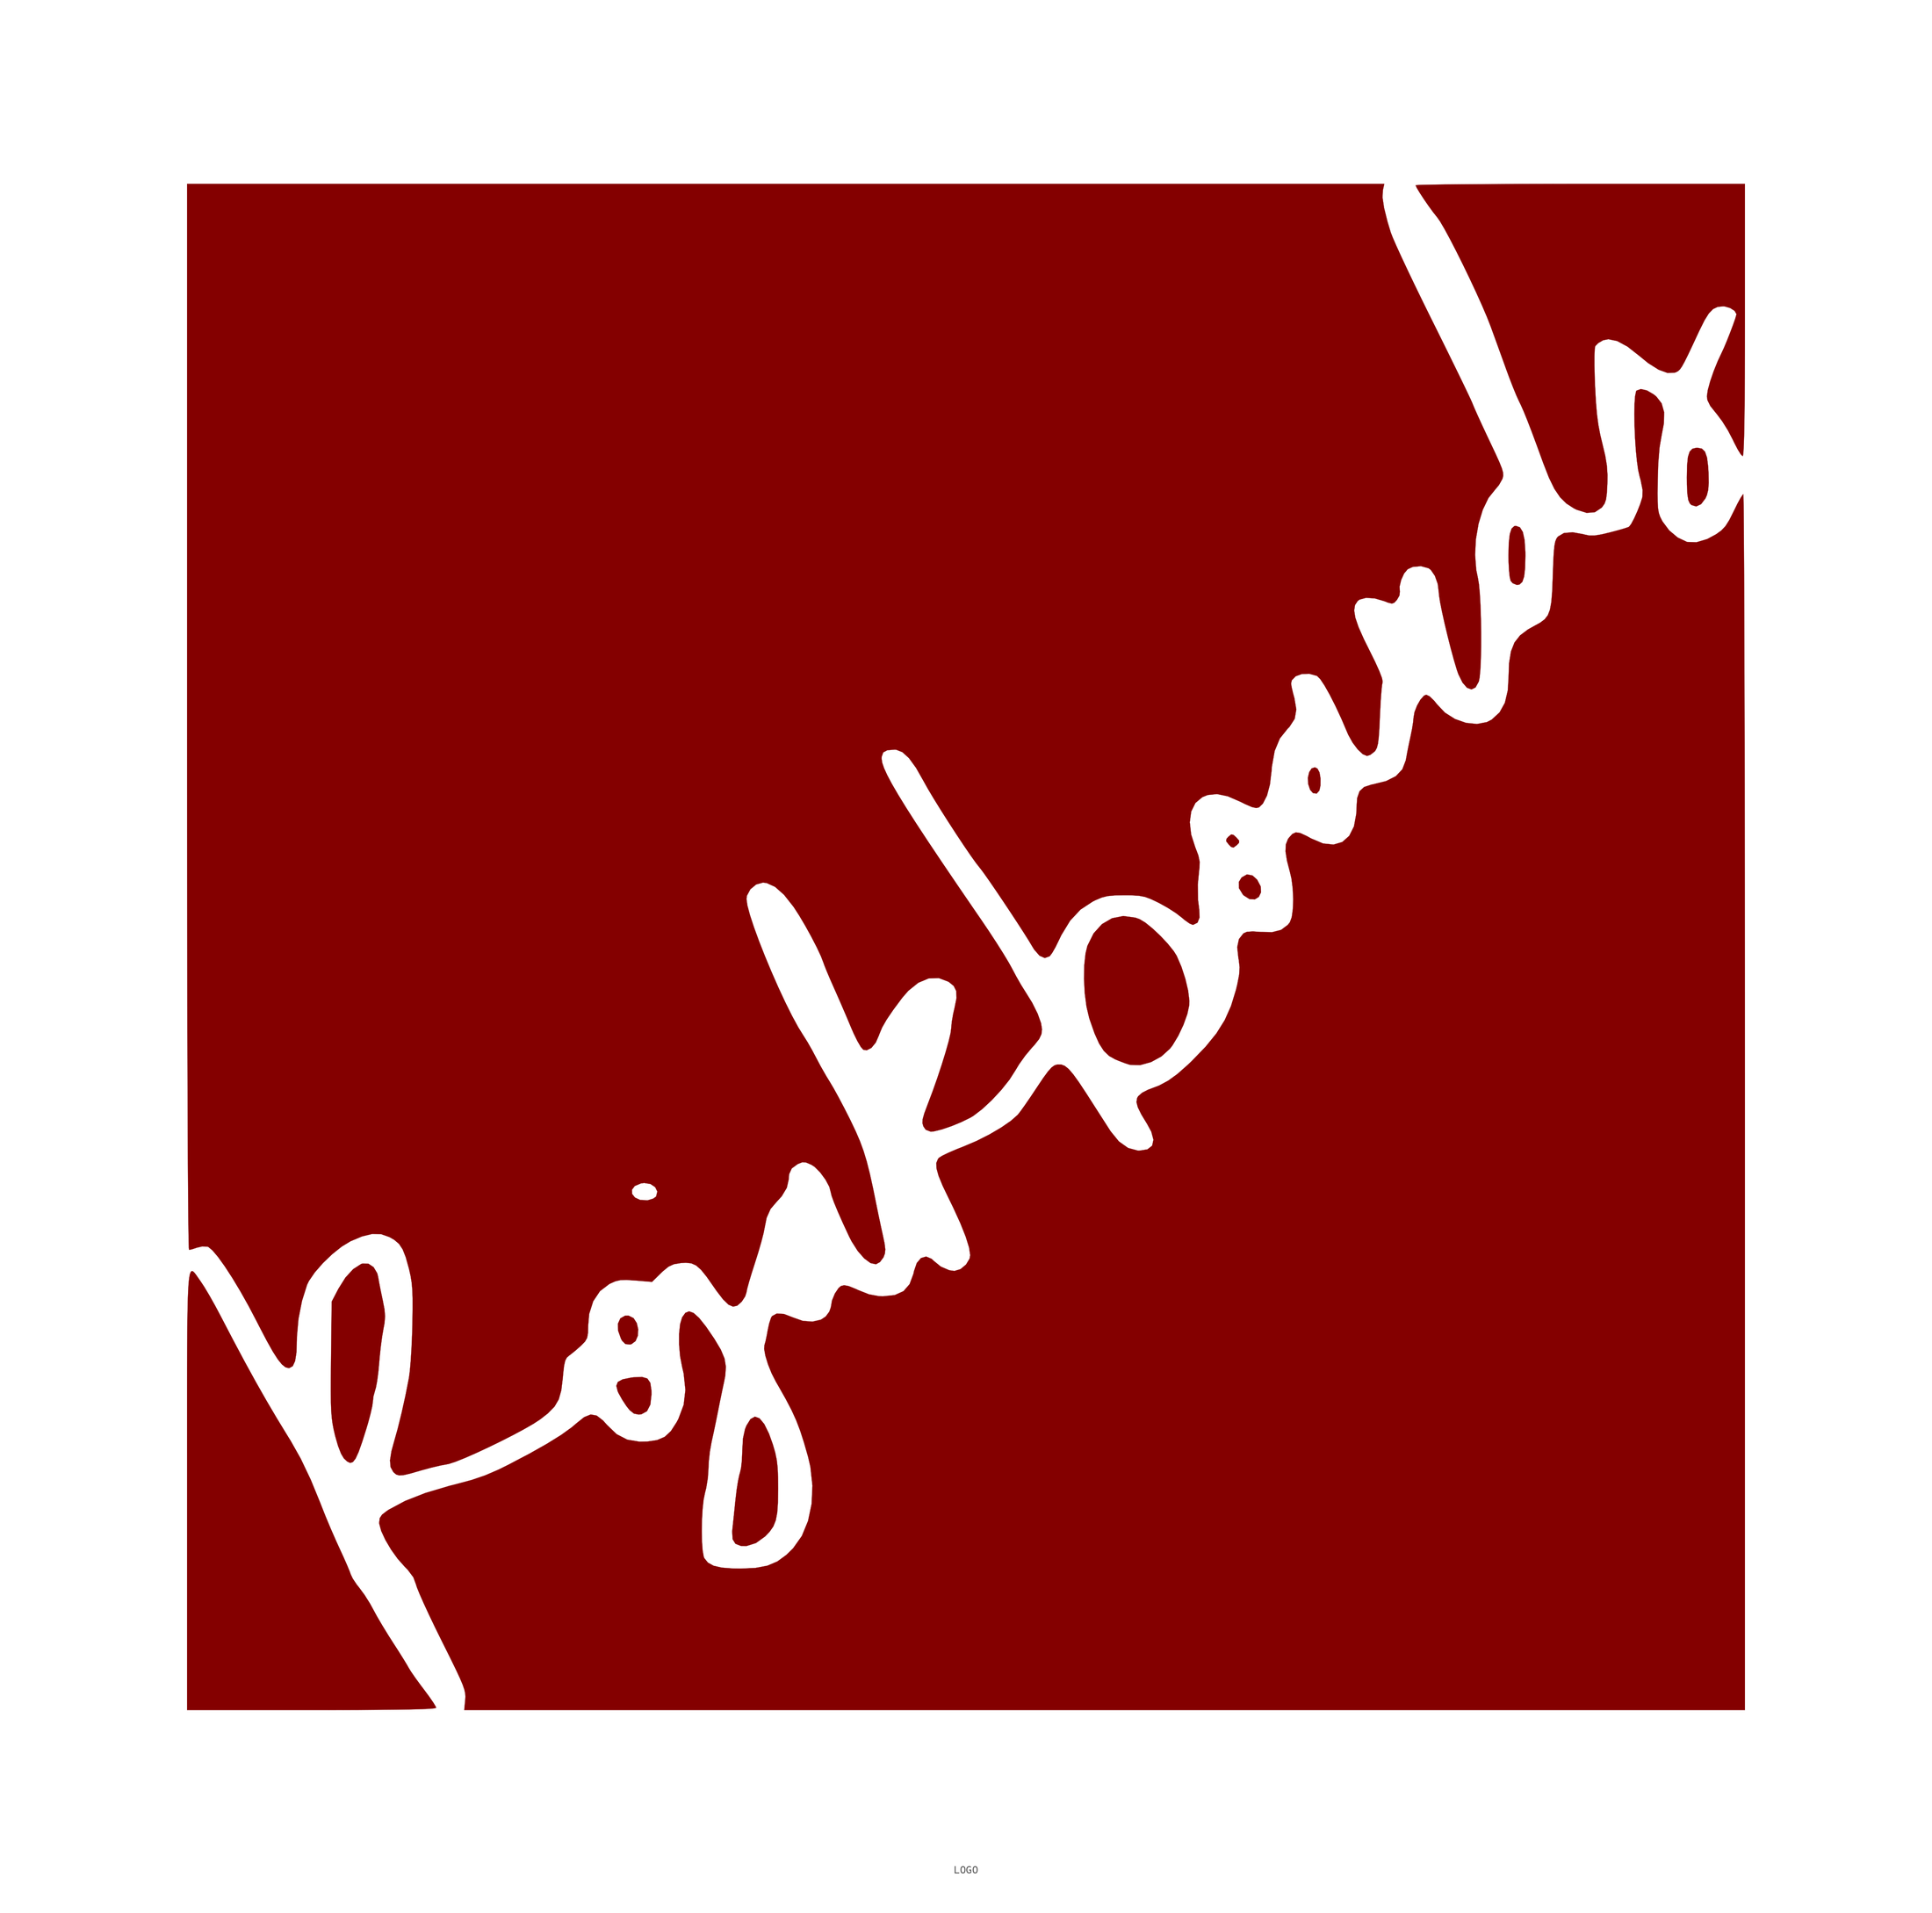
<source format=kicad_sym>
(kicad_symbol_lib
  (version 20220914)
  (generator bitmap2component)
  (symbol "LOGO"
    (pin_names
      (offset 1.016))
    (property "Reference" "#G"
      (at 0 96.912 0)
      (effects (font (size 1.27 1.27)) hide))
    (symbol "LOGO_0_0"
      (polyline (pts (xy -81.698 -97.816) (xy -78.298 -97.808) (xy -75.41 -97.793) (xy -73.016 -97.77) (xy -71.098 -97.739) (xy -69.638 -97.699) (xy -68.618 -97.65) (xy -68.019 -97.592) (xy -67.823 -97.525) (xy -67.877 -97.38) (xy -68.192 -96.857) (xy -68.728 -96.08) (xy -69.411 -95.16) (xy -69.78 -94.673) (xy -70.477 -93.72) (xy -71.029 -92.921) (xy -71.343 -92.413) (xy -71.567 -92.017) (xy -72.043 -91.235) (xy -72.677 -90.226) (xy -73.394 -89.113) (xy -73.941 -88.255) (xy -74.722 -86.982) (xy -75.409 -85.809) (xy -75.898 -84.91) (xy -76.294 -84.187) (xy -76.985 -83.089) (xy -77.647 -82.191) (xy -78.005 -81.735) (xy -78.499 -80.996) (xy -78.76 -80.45) (xy -78.902 -80.056) (xy -79.236 -79.254) (xy -79.702 -78.197) (xy -80.247 -77.011) (xy -80.605 -76.228) (xy -81.309 -74.625) (xy -81.99 -73) (xy -82.542 -71.606) (xy -82.63 -71.373) (xy -83.875 -68.342) (xy -85.162 -65.637) (xy -86.443 -63.365) (xy -86.805 -62.782) (xy -88.209 -60.481) (xy -89.553 -58.2) (xy -90.896 -55.838) (xy -92.294 -53.293) (xy -93.804 -50.462) (xy -95.484 -47.243) (xy -96.141 -46.013) (xy -96.853 -44.746) (xy -97.497 -43.667) (xy -97.987 -42.924) (xy -98.051 -42.834) (xy -98.318 -42.452) (xy -98.554 -42.112) (xy -98.762 -41.842) (xy -98.944 -41.669) (xy -99.101 -41.621) (xy -99.235 -41.726) (xy -99.348 -42.011) (xy -99.442 -42.504) (xy -99.518 -43.234) (xy -99.578 -44.226) (xy -99.625 -45.51) (xy -99.659 -47.113) (xy -99.683 -49.063) (xy -99.698 -51.386) (xy -99.707 -54.112) (xy -99.71 -57.267) (xy -99.71 -60.88) (xy -99.709 -64.978) (xy -99.709 -69.588) (xy -99.709 -97.817) (xy -83.766 -97.817) (xy -81.698 -97.816)) (stroke (width 0.01) (type default)) (fill (type outline)))
      (polyline (pts (xy 99.709 -19.996) (xy 99.708 -15.352) (xy 99.706 -9.003) (xy 99.704 -2.811) (xy 99.699 3.204) (xy 99.694 9.019) (xy 99.687 14.613) (xy 99.68 19.965) (xy 99.671 25.054) (xy 99.661 29.858) (xy 99.65 34.357) (xy 99.639 38.528) (xy 99.627 42.351) (xy 99.614 45.803) (xy 99.6 48.865) (xy 99.585 51.514) (xy 99.571 53.729) (xy 99.555 55.489) (xy 99.539 56.773) (xy 99.523 57.558) (xy 99.506 57.825) (xy 99.441 57.776) (xy 99.164 57.363) (xy 98.756 56.617) (xy 98.281 55.651) (xy 97.715 54.52) (xy 97.218 53.737) (xy 96.684 53.173) (xy 96.004 52.683) (xy 94.876 52.079) (xy 93.51 51.672) (xy 92.331 51.708) (xy 92.261 51.727) (xy 91.11 52.273) (xy 90.02 53.187) (xy 89.17 54.323) (xy 89.086 54.475) (xy 88.847 54.953) (xy 88.686 55.433) (xy 88.588 56.021) (xy 88.54 56.827) (xy 88.53 57.957) (xy 88.546 59.519) (xy 88.613 61.742) (xy 88.784 63.823) (xy 89.054 65.394) (xy 89.337 66.893) (xy 89.364 68.331) (xy 89.047 69.452) (xy 88.378 70.317) (xy 88.048 70.589) (xy 87.168 71.105) (xy 86.391 71.283) (xy 85.84 71.087) (xy 85.779 70.984) (xy 85.653 70.383) (xy 85.58 69.387) (xy 85.557 68.099) (xy 85.579 66.622) (xy 85.644 65.061) (xy 85.746 63.518) (xy 85.883 62.097) (xy 86.05 60.901) (xy 86.245 60.035) (xy 86.362 59.63) (xy 86.607 58.398) (xy 86.592 57.506) (xy 86.556 57.356) (xy 86.297 56.543) (xy 85.927 55.608) (xy 85.519 54.708) (xy 85.143 54.003) (xy 84.869 53.651) (xy 84.798 53.617) (xy 84.281 53.443) (xy 83.428 53.197) (xy 82.38 52.921) (xy 81.365 52.68) (xy 80.467 52.532) (xy 79.788 52.53) (xy 79.166 52.661) (xy 79.059 52.693) (xy 77.653 52.95) (xy 76.536 52.848) (xy 75.769 52.394) (xy 75.584 52.139) (xy 75.433 51.76) (xy 75.323 51.189) (xy 75.242 50.338) (xy 75.178 49.12) (xy 75.119 47.449) (xy 75.108 47.085) (xy 75.035 45.324) (xy 74.927 44.001) (xy 74.751 43.032) (xy 74.478 42.329) (xy 74.073 41.808) (xy 73.508 41.382) (xy 72.75 40.965) (xy 71.948 40.519) (xy 70.925 39.749) (xy 70.213 38.84) (xy 69.761 37.694) (xy 69.524 36.216) (xy 69.451 34.307) (xy 69.359 32.725) (xy 68.985 31.126) (xy 68.301 29.89) (xy 67.283 28.959) (xy 66.682 28.65) (xy 65.407 28.407) (xy 64.007 28.549) (xy 62.605 29.042) (xy 61.323 29.852) (xy 60.284 30.942) (xy 59.927 31.392) (xy 59.353 31.944) (xy 58.914 32.155) (xy 58.626 32.032) (xy 58.172 31.522) (xy 57.738 30.766) (xy 57.413 29.926) (xy 57.286 29.165) (xy 57.24 28.656) (xy 57.098 27.766) (xy 56.892 26.751) (xy 56.702 25.874) (xy 56.486 24.8) (xy 56.34 23.989) (xy 56.299 23.761) (xy 55.855 22.609) (xy 55.031 21.734) (xy 53.783 21.102) (xy 52.068 20.679) (xy 51.886 20.646) (xy 50.96 20.34) (xy 50.377 19.798) (xy 50.075 18.927) (xy 49.989 17.631) (xy 49.965 16.932) (xy 49.667 15.306) (xy 49.058 14.089) (xy 48.172 13.302) (xy 47.042 12.969) (xy 45.702 13.112) (xy 44.186 13.754) (xy 43.626 14.063) (xy 42.8 14.445) (xy 42.23 14.534) (xy 41.787 14.335) (xy 41.341 13.853) (xy 41.206 13.661) (xy 40.944 12.989) (xy 40.902 12.107) (xy 41.085 10.922) (xy 41.496 9.341) (xy 41.673 8.561) (xy 41.828 7.303) (xy 41.884 5.969) (xy 41.841 4.711) (xy 41.7 3.681) (xy 41.461 3.031) (xy 41.194 2.694) (xy 40.338 2.053) (xy 39.202 1.76) (xy 37.698 1.786) (xy 36.723 1.855) (xy 35.963 1.804) (xy 35.509 1.602) (xy 34.939 0.869) (xy 34.72 -0.162) (xy 34.868 -1.536) (xy 34.921 -1.807) (xy 35.026 -2.738) (xy 34.968 -3.681) (xy 34.736 -4.883) (xy 34.553 -5.645) (xy 33.925 -7.691) (xy 33.117 -9.501) (xy 32.054 -11.2) (xy 30.665 -12.91) (xy 28.874 -14.757) (xy 28.373 -15.236) (xy 27.057 -16.398) (xy 25.886 -17.247) (xy 24.725 -17.871) (xy 23.442 -18.358) (xy 23.306 -18.406) (xy 22.551 -18.794) (xy 22.037 -19.247) (xy 21.905 -19.482) (xy 21.825 -19.992) (xy 21.995 -20.659) (xy 22.443 -21.571) (xy 23.199 -22.818) (xy 23.722 -23.784) (xy 23.998 -24.814) (xy 23.829 -25.576) (xy 23.22 -26.048) (xy 22.178 -26.211) (xy 22.001 -26.205) (xy 20.752 -25.868) (xy 19.571 -25.029) (xy 18.509 -23.723) (xy 18.477 -23.672) (xy 17.995 -22.923) (xy 17.316 -21.865) (xy 16.525 -20.632) (xy 15.708 -19.356) (xy 15.37 -18.83) (xy 14.443 -17.429) (xy 13.716 -16.422) (xy 13.134 -15.749) (xy 12.643 -15.356) (xy 12.188 -15.185) (xy 11.715 -15.179) (xy 11.711 -15.179) (xy 11.339 -15.285) (xy 10.953 -15.561) (xy 10.487 -16.081) (xy 9.875 -16.918) (xy 9.052 -18.145) (xy 9.019 -18.195) (xy 8.252 -19.344) (xy 7.546 -20.369) (xy 6.98 -21.16) (xy 6.63 -21.608) (xy 5.756 -22.384) (xy 4.496 -23.254) (xy 2.979 -24.143) (xy 1.334 -24.974) (xy -0.311 -25.673) (xy -1.192 -26.02) (xy -2.246 -26.472) (xy -3.043 -26.858) (xy -3.457 -27.12) (xy -3.583 -27.265) (xy -3.794 -27.772) (xy -3.777 -28.469) (xy -3.515 -29.422) (xy -2.993 -30.698) (xy -2.194 -32.361) (xy -1.669 -33.431) (xy -0.727 -35.491) (xy -0.034 -37.234) (xy 0.394 -38.615) (xy 0.54 -39.59) (xy 0.459 -40.034) (xy 0.000400 -40.793) (xy -0.708 -41.378) (xy -1.487 -41.613) (xy -2.139 -41.521) (xy -3.224 -41.053) (xy -4.163 -40.289) (xy -4.416 -40.051) (xy -5.108 -39.765) (xy -5.763 -39.96) (xy -6.303 -40.595) (xy -6.656 -41.63) (xy -6.728 -41.972) (xy -7.219 -43.298) (xy -7.999 -44.192) (xy -9.12 -44.697) (xy -10.636 -44.855) (xy -11.146 -44.837) (xy -12.407 -44.606) (xy -13.798 -44.057) (xy -14.122 -43.907) (xy -15.006 -43.55) (xy -15.592 -43.437) (xy -16.007 -43.539) (xy -16.311 -43.793) (xy -16.785 -44.499) (xy -17.149 -45.38) (xy -17.294 -46.21) (xy -17.295 -46.24) (xy -17.5 -46.822) (xy -17.957 -47.435) (xy -18.569 -47.846) (xy -19.651 -48.098) (xy -20.896 -48.003) (xy -22.157 -47.557) (xy -22.165 -47.553) (xy -23.309 -47.115) (xy -24.223 -47.061) (xy -24.836 -47.394) (xy -24.968 -47.636) (xy -25.197 -48.331) (xy -25.388 -49.218) (xy -25.487 -49.776) (xy -25.659 -50.597) (xy -25.801 -51.106) (xy -25.839 -51.579) (xy -25.683 -52.46) (xy -25.35 -53.553) (xy -24.884 -54.713) (xy -24.33 -55.799) (xy -24.046 -56.288) (xy -23.084 -57.989) (xy -22.335 -59.42) (xy -21.738 -60.729) (xy -21.228 -62.062) (xy -20.743 -63.567) (xy -20.219 -65.391) (xy -19.92 -66.682) (xy -19.657 -69.088) (xy -19.763 -71.429) (xy -20.22 -73.608) (xy -21.015 -75.532) (xy -22.13 -77.105) (xy -22.986 -77.948) (xy -24.149 -78.796) (xy -25.426 -79.337) (xy -26.95 -79.625) (xy -28.859 -79.71) (xy -29.784 -79.698) (xy -31.257 -79.588) (xy -32.316 -79.346) (xy -33.037 -78.948) (xy -33.5 -78.373) (xy -33.575 -78.182) (xy -33.715 -77.393) (xy -33.798 -76.254) (xy -33.826 -74.901) (xy -33.799 -73.466) (xy -33.72 -72.082) (xy -33.59 -70.883) (xy -33.41 -70.004) (xy -33.257 -69.395) (xy -33.049 -68.113) (xy -32.968 -66.896) (xy -32.936 -66.098) (xy -32.791 -64.749) (xy -32.57 -63.5) (xy -32.57 -63.499) (xy -32.31 -62.318) (xy -32.015 -60.911) (xy -31.748 -59.582) (xy -31.744 -59.563) (xy -31.482 -58.248) (xy -31.199 -56.876) (xy -30.956 -55.741) (xy -30.823 -55.048) (xy -30.737 -53.882) (xy -30.912 -52.814) (xy -31.386 -51.683) (xy -32.196 -50.325) (xy -32.235 -50.264) (xy -33.295 -48.712) (xy -34.162 -47.627) (xy -34.867 -46.99) (xy -35.444 -46.778) (xy -35.923 -46.97) (xy -36.337 -47.544) (xy -36.34 -47.551) (xy -36.596 -48.413) (xy -36.725 -49.637) (xy -36.726 -51.061) (xy -36.599 -52.524) (xy -36.344 -53.864) (xy -36.143 -54.735) (xy -35.919 -56.84) (xy -36.142 -58.747) (xy -36.816 -60.541) (xy -37.039 -60.962) (xy -37.778 -62.108) (xy -38.569 -62.843) (xy -39.537 -63.259) (xy -40.808 -63.448) (xy -41.785 -63.469) (xy -43.37 -63.203) (xy -44.723 -62.502) (xy -45.952 -61.319) (xy -46.468 -60.747) (xy -47.274 -60.125) (xy -48.041 -59.983) (xy -48.876 -60.318) (xy -49.882 -61.122) (xy -50.461 -61.616) (xy -51.822 -62.596) (xy -53.625 -63.718) (xy -55.892 -64.997) (xy -58.645 -66.444) (xy -59.854 -67.041) (xy -61.548 -67.772) (xy -63.263 -68.358) (xy -65.258 -68.894) (xy -66.121 -69.112) (xy -69.216 -70.032) (xy -71.793 -71.043) (xy -73.865 -72.15) (xy -74.114 -72.311) (xy -74.75 -72.798) (xy -75.046 -73.245) (xy -75.119 -73.804) (xy -75.107 -73.986) (xy -74.852 -74.907) (xy -74.322 -76.05) (xy -73.596 -77.279) (xy -72.751 -78.458) (xy -71.867 -79.452) (xy -71.464 -79.865) (xy -70.748 -80.816) (xy -70.411 -81.725) (xy -70.29 -82.111) (xy -69.945 -82.965) (xy -69.418 -84.159) (xy -68.744 -85.615) (xy -67.959 -87.254) (xy -67.099 -88.999) (xy -66.889 -89.418) (xy -65.981 -91.241) (xy -65.288 -92.662) (xy -64.78 -93.75) (xy -64.432 -94.57) (xy -64.218 -95.191) (xy -64.11 -95.678) (xy -64.082 -96.099) (xy -64.107 -96.522) (xy -64.231 -97.817) (xy 17.739 -97.817) (xy 99.709 -97.817) (xy 99.709 -19.996)) (stroke (width 0.01) (type default)) (fill (type outline)))
      (polyline (pts (xy -26.89 -76.437) (xy -25.723 -75.597) (xy -25.136 -74.986) (xy -24.666 -74.312) (xy -24.352 -73.531) (xy -24.164 -72.535) (xy -24.073 -71.217) (xy -24.049 -69.467) (xy -24.061 -68.017) (xy -24.116 -66.778) (xy -24.232 -65.772) (xy -24.428 -64.84) (xy -24.725 -63.82) (xy -25.219 -62.436) (xy -25.828 -61.202) (xy -26.433 -60.474) (xy -27.022 -60.26) (xy -27.585 -60.568) (xy -28.109 -61.406) (xy -28.287 -61.856) (xy -28.551 -63.061) (xy -28.637 -64.631) (xy -28.637 -64.729) (xy -28.685 -65.845) (xy -28.794 -66.825) (xy -28.941 -67.468) (xy -29.012 -67.693) (xy -29.181 -68.49) (xy -29.353 -69.581) (xy -29.499 -70.796) (xy -29.549 -71.286) (xy -29.684 -72.598) (xy -29.809 -73.79) (xy -29.903 -74.654) (xy -29.931 -74.969) (xy -29.875 -75.942) (xy -29.518 -76.529) (xy -28.826 -76.802) (xy -28.1 -76.817) (xy -26.89 -76.437)) (stroke (width 0.01) (type default)) (fill (type outline)))
      (polyline (pts (xy -71.981 -67.738) (xy -71.124 -67.538) (xy -69.864 -67.175) (xy -69.692 -67.124) (xy -68.468 -66.792) (xy -67.291 -66.514) (xy -66.395 -66.346) (xy -66.198 -66.306) (xy -65.358 -66.035) (xy -64.177 -65.563) (xy -62.753 -64.939) (xy -61.181 -64.209) (xy -59.559 -63.42) (xy -57.983 -62.618) (xy -56.552 -61.85) (xy -55.361 -61.164) (xy -54.507 -60.606) (xy -53.531 -59.843) (xy -52.676 -58.973) (xy -52.13 -58.039) (xy -51.807 -56.882) (xy -51.621 -55.345) (xy -51.567 -54.736) (xy -51.45 -53.732) (xy -51.306 -53.094) (xy -51.1 -52.701) (xy -50.799 -52.434) (xy -50.638 -52.319) (xy -49.981 -51.791) (xy -49.276 -51.165) (xy -49.268 -51.158) (xy -48.773 -50.649) (xy -48.503 -50.178) (xy -48.391 -49.552) (xy -48.368 -48.579) (xy -48.236 -47.101) (xy -47.722 -45.486) (xy -46.854 -44.189) (xy -45.666 -43.283) (xy -45.556 -43.227) (xy -44.886 -42.931) (xy -44.25 -42.784) (xy -43.458 -42.759) (xy -42.321 -42.832) (xy -40.191 -43.007) (xy -39.029 -41.867) (xy -38.786 -41.632) (xy -38.067 -41.047) (xy -37.382 -40.739) (xy -36.502 -40.595) (xy -35.863 -40.557) (xy -35.16 -40.63) (xy -34.545 -40.907) (xy -33.927 -41.451) (xy -33.216 -42.329) (xy -32.321 -43.606) (xy -31.954 -44.136) (xy -31.099 -45.252) (xy -30.404 -45.922) (xy -29.814 -46.176) (xy -29.275 -46.045) (xy -28.731 -45.557) (xy -28.68 -45.495) (xy -28.27 -44.868) (xy -28.102 -44.351) (xy -28.101 -44.329) (xy -28.003 -43.855) (xy -27.768 -42.996) (xy -27.428 -41.867) (xy -27.016 -40.581) (xy -26.584 -39.21) (xy -26.201 -37.883) (xy -25.913 -36.764) (xy -25.762 -36.004) (xy -25.523 -34.805) (xy -25.015 -33.667) (xy -24.184 -32.696) (xy -23.598 -32.061) (xy -22.937 -30.959) (xy -22.698 -29.894) (xy -22.644 -29.224) (xy -22.306 -28.484) (xy -21.569 -27.942) (xy -21.499 -27.906) (xy -20.953 -27.691) (xy -20.467 -27.724) (xy -19.778 -28.02) (xy -19.366 -28.293) (xy -18.655 -29.011) (xy -17.991 -29.916) (xy -17.498 -30.832) (xy -17.3 -31.581) (xy -17.207 -31.983) (xy -16.898 -32.834) (xy -16.401 -34.034) (xy -15.747 -35.512) (xy -14.965 -37.195) (xy -14.646 -37.82) (xy -13.858 -39.056) (xy -13.027 -40.006) (xy -12.226 -40.596) (xy -11.527 -40.75) (xy -11.012 -40.466) (xy -10.568 -39.87) (xy -10.556 -39.844) (xy -10.379 -39.366) (xy -10.332 -38.844) (xy -10.419 -38.119) (xy -10.645 -37.033) (xy -10.903 -35.86) (xy -11.214 -34.39) (xy -11.477 -33.101) (xy -11.886 -31.079) (xy -12.303 -29.183) (xy -12.7 -27.612) (xy -13.112 -26.255) (xy -13.572 -24.999) (xy -14.116 -23.735) (xy -14.776 -22.35) (xy -14.886 -22.127) (xy -15.6 -20.722) (xy -16.311 -19.374) (xy -16.944 -18.226) (xy -17.421 -17.423) (xy -17.895 -16.649) (xy -18.599 -15.417) (xy -19.215 -14.258) (xy -19.679 -13.378) (xy -20.286 -12.315) (xy -20.808 -11.484) (xy -21.48 -10.401) (xy -22.276 -8.937) (xy -23.133 -7.215) (xy -24.018 -5.316) (xy -24.896 -3.323) (xy -25.733 -1.318) (xy -26.495 0.617) (xy -27.146 2.399) (xy -27.655 3.947) (xy -27.985 5.179) (xy -28.102 6.012) (xy -28.044 6.431) (xy -27.602 7.253) (xy -26.863 7.866) (xy -25.993 8.106) (xy -25.522 8.053) (xy -24.438 7.558) (xy -23.289 6.539) (xy -22.067 4.99) (xy -22.06 4.979) (xy -21.348 3.88) (xy -20.571 2.566) (xy -19.801 1.171) (xy -19.109 -0.171) (xy -18.567 -1.327) (xy -18.246 -2.162) (xy -18.143 -2.455) (xy -17.835 -3.225) (xy -17.398 -4.255) (xy -16.89 -5.404) (xy -16.696 -5.838) (xy -16.012 -7.395) (xy -15.301 -9.046) (xy -14.691 -10.497) (xy -14.384 -11.202) (xy -13.894 -12.199) (xy -13.46 -12.936) (xy -13.148 -13.29) (xy -12.718 -13.361) (xy -12.113 -13.055) (xy -11.552 -12.375) (xy -11.128 -11.407) (xy -11.085 -11.273) (xy -10.733 -10.435) (xy -10.162 -9.438) (xy -9.323 -8.202) (xy -8.167 -6.648) (xy -7.384 -5.743) (xy -6.099 -4.709) (xy -4.784 -4.161) (xy -3.482 -4.115) (xy -2.236 -4.586) (xy -1.573 -5.122) (xy -1.242 -5.787) (xy -1.217 -6.695) (xy -1.473 -7.964) (xy -1.64 -8.687) (xy -1.821 -9.735) (xy -1.891 -10.544) (xy -1.979 -11.185) (xy -2.231 -12.249) (xy -2.62 -13.627) (xy -3.114 -15.222) (xy -3.683 -16.936) (xy -4.298 -18.674) (xy -4.929 -20.34) (xy -5.338 -21.434) (xy -5.545 -22.173) (xy -5.574 -22.687) (xy -5.451 -23.109) (xy -5.154 -23.533) (xy -4.507 -23.779) (xy -4.077 -23.733) (xy -3.084 -23.486) (xy -1.872 -23.075) (xy -0.602 -22.555) (xy 0.565 -21.983) (xy 0.946 -21.753) (xy 2.082 -20.883) (xy 3.316 -19.732) (xy 4.519 -18.435) (xy 5.565 -17.125) (xy 6.324 -15.937) (xy 6.799 -15.149) (xy 7.593 -14.038) (xy 8.418 -13.054) (xy 8.79 -12.646) (xy 9.367 -11.911) (xy 9.651 -11.306) (xy 9.728 -10.681) (xy 9.606 -9.89) (xy 9.172 -8.675) (xy 8.474 -7.275) (xy 7.565 -5.809) (xy 7.554 -5.793) (xy 7.051 -4.988) (xy 6.445 -3.928) (xy 5.864 -2.837) (xy 5.461 -2.11) (xy 4.775 -0.972) (xy 3.909 0.397) (xy 2.937 1.884) (xy 1.927 3.378) (xy 1.27 4.333) (xy -1.081 7.77) (xy -3.135 10.8) (xy -4.908 13.45) (xy -6.414 15.744) (xy -7.669 17.707) (xy -8.688 19.365) (xy -9.489 20.742) (xy -10.084 21.865) (xy -10.492 22.757) (xy -10.726 23.445) (xy -10.802 23.953) (xy -10.792 24.219) (xy -10.597 24.772) (xy -10.075 25.052) (xy -9.13 25.13) (xy -8.936 25.117) (xy -8.137 24.801) (xy -7.3 24.038) (xy -6.401 22.801) (xy -5.414 21.064) (xy -5.393 21.023) (xy -4.864 20.079) (xy -4.127 18.844) (xy -3.242 17.414) (xy -2.269 15.883) (xy -1.271 14.345) (xy -0.308 12.893) (xy 0.559 11.622) (xy 1.27 10.625) (xy 1.762 9.998) (xy 1.864 9.874) (xy 2.321 9.258) (xy 2.989 8.309) (xy 3.806 7.118) (xy 4.712 5.775) (xy 5.646 4.372) (xy 6.55 2.997) (xy 7.362 1.742) (xy 8.022 0.696) (xy 8.47 -0.05) (xy 8.717 -0.453) (xy 9.411 -1.252) (xy 10.083 -1.548) (xy 10.706 -1.324) (xy 10.709 -1.322) (xy 11.025 -0.907) (xy 11.457 -0.157) (xy 11.911 0.768) (xy 12.205 1.383) (xy 13.336 3.238) (xy 14.658 4.65) (xy 16.23 5.684) (xy 16.601 5.866) (xy 17.377 6.194) (xy 18.123 6.381) (xy 19.027 6.465) (xy 20.28 6.485) (xy 21.16 6.479) (xy 22.138 6.423) (xy 22.914 6.274) (xy 23.691 5.987) (xy 24.671 5.517) (xy 24.726 5.489) (xy 25.822 4.879) (xy 26.86 4.212) (xy 27.622 3.625) (xy 27.998 3.307) (xy 28.613 2.872) (xy 29.015 2.702) (xy 29.083 2.704) (xy 29.635 2.974) (xy 29.901 3.648) (xy 29.853 4.664) (xy 29.699 5.914) (xy 29.669 7.846) (xy 29.851 9.736) (xy 29.89 10.001) (xy 29.912 10.78) (xy 29.744 11.583) (xy 29.346 12.633) (xy 28.822 14.261) (xy 28.643 15.834) (xy 28.829 17.205) (xy 29.37 18.301) (xy 30.255 19.046) (xy 30.939 19.319) (xy 32.134 19.442) (xy 33.501 19.158) (xy 35.121 18.457) (xy 35.725 18.155) (xy 36.589 17.781) (xy 37.151 17.652) (xy 37.514 17.738) (xy 38.002 18.212) (xy 38.529 19.242) (xy 38.908 20.672) (xy 39.116 22.428) (xy 39.157 22.964) (xy 39.514 24.961) (xy 40.179 26.559) (xy 41.173 27.804) (xy 41.404 28.035) (xy 42.077 29.071) (xy 42.283 30.273) (xy 42.038 31.721) (xy 41.871 32.33) (xy 41.685 33.118) (xy 41.613 33.596) (xy 41.71 34.012) (xy 42.203 34.52) (xy 42.995 34.808) (xy 43.949 34.836) (xy 44.931 34.565) (xy 44.945 34.558) (xy 45.342 34.161) (xy 45.892 33.338) (xy 46.555 32.165) (xy 47.29 30.717) (xy 48.057 29.068) (xy 48.817 27.294) (xy 48.928 27.037) (xy 49.487 26.027) (xy 50.14 25.158) (xy 50.787 24.549) (xy 51.327 24.319) (xy 51.773 24.465) (xy 52.312 24.888) (xy 52.419 25.02) (xy 52.6 25.369) (xy 52.734 25.891) (xy 52.834 26.678) (xy 52.914 27.822) (xy 52.987 29.414) (xy 53.013 29.996) (xy 53.087 31.375) (xy 53.171 32.537) (xy 53.255 33.376) (xy 53.33 33.782) (xy 53.339 33.817) (xy 53.248 34.291) (xy 52.915 35.168) (xy 52.362 36.389) (xy 51.616 37.898) (xy 50.937 39.264) (xy 50.247 40.816) (xy 49.836 42.023) (xy 49.691 42.943) (xy 49.798 43.636) (xy 50.144 44.16) (xy 50.371 44.331) (xy 51.206 44.556) (xy 52.307 44.49) (xy 53.538 44.134) (xy 54.018 43.947) (xy 54.516 43.821) (xy 54.836 43.936) (xy 55.177 44.314) (xy 55.489 44.862) (xy 55.538 45.334) (xy 55.501 45.998) (xy 55.71 46.857) (xy 56.084 47.677) (xy 56.542 48.223) (xy 57.187 48.518) (xy 58.235 48.616) (xy 59.217 48.346) (xy 59.501 48.132) (xy 60.022 47.373) (xy 60.389 46.337) (xy 60.529 45.202) (xy 60.55 44.905) (xy 60.688 44.017) (xy 60.933 42.783) (xy 61.258 41.314) (xy 61.637 39.723) (xy 62.044 38.12) (xy 62.452 36.619) (xy 62.836 35.331) (xy 63.03 34.776) (xy 63.563 33.701) (xy 64.138 33.044) (xy 64.709 32.832) (xy 65.226 33.088) (xy 65.643 33.839) (xy 65.751 34.374) (xy 65.846 35.408) (xy 65.909 36.785) (xy 65.941 38.398) (xy 65.942 40.142) (xy 65.914 41.91) (xy 65.858 43.596) (xy 65.774 45.096) (xy 65.663 46.302) (xy 65.527 47.109) (xy 65.316 48.139) (xy 65.168 50.069) (xy 65.273 52.074) (xy 65.61 54.034) (xy 66.154 55.831) (xy 66.882 57.344) (xy 67.77 58.453) (xy 68.224 58.995) (xy 68.644 59.741) (xy 68.7 59.887) (xy 68.772 60.218) (xy 68.744 60.613) (xy 68.588 61.156) (xy 68.277 61.932) (xy 67.782 63.024) (xy 67.077 64.517) (xy 66.687 65.34) (xy 66.044 66.718) (xy 65.487 67.933) (xy 65.067 68.878) (xy 64.833 69.445) (xy 64.807 69.51) (xy 64.558 70.066) (xy 64.101 71.031) (xy 63.467 72.35) (xy 62.681 73.962) (xy 61.775 75.811) (xy 60.774 77.837) (xy 59.709 79.983) (xy 59.514 80.374) (xy 58.442 82.549) (xy 57.432 84.627) (xy 56.514 86.546) (xy 55.72 88.24) (xy 55.078 89.646) (xy 54.619 90.698) (xy 54.374 91.332) (xy 53.96 92.703) (xy 53.519 94.468) (xy 53.322 95.799) (xy 53.364 96.724) (xy 53.545 97.547) (xy -23.082 97.547) (xy -99.709 97.547) (xy -99.709 29.318) (xy -99.709 29.173) (xy -99.707 21.92) (xy -99.704 15.012) (xy -99.7 8.461) (xy -99.693 2.28) (xy -99.684 -3.52) (xy -99.674 -8.926) (xy -99.662 -13.926) (xy -99.648 -18.508) (xy -99.633 -22.66) (xy -99.616 -26.369) (xy -99.597 -29.623) (xy -99.586 -31.216) (xy -42.765 -31.216) (xy -42.401 -30.732) (xy -41.604 -30.397) (xy -41.194 -30.345) (xy -40.384 -30.48) (xy -39.788 -30.878) (xy -39.514 -31.444) (xy -39.671 -32.084) (xy -40.038 -32.349) (xy -40.681 -32.545) (xy -40.79 -32.561) (xy -41.709 -32.522) (xy -42.375 -32.215) (xy -42.742 -31.745) (xy -42.765 -31.216) (xy -99.586 -31.216) (xy -99.577 -32.41) (xy -99.556 -34.718) (xy -99.533 -36.534) (xy -99.508 -37.846) (xy -99.483 -38.642) (xy -99.456 -38.911) (xy -99.075 -38.832) (xy -98.453 -38.625) (xy -97.801 -38.474) (xy -97.099 -38.492) (xy -97.001 -38.529) (xy -96.468 -38.967) (xy -95.75 -39.816) (xy -94.886 -41.019) (xy -93.915 -42.513) (xy -92.876 -44.241) (xy -91.81 -46.142) (xy -90.754 -48.156) (xy -90.469 -48.716) (xy -89.516 -50.539) (xy -88.737 -51.926) (xy -88.098 -52.922) (xy -87.569 -53.576) (xy -87.116 -53.934) (xy -86.708 -54.042) (xy -86.624 -54.038) (xy -86.183 -53.791) (xy -85.883 -53.137) (xy -85.713 -52.035) (xy -85.66 -50.445) (xy -85.654 -50.038) (xy -85.454 -47.759) (xy -85.001 -45.443) (xy -84.346 -43.369) (xy -84.114 -42.891) (xy -83.358 -41.789) (xy -82.323 -40.604) (xy -81.132 -39.461) (xy -79.911 -38.486) (xy -78.785 -37.803) (xy -77.318 -37.187) (xy -76 -36.866) (xy -74.867 -36.897) (xy -73.81 -37.268) (xy -73.183 -37.628) (xy -72.575 -38.15) (xy -72.111 -38.851) (xy -71.718 -39.851) (xy -71.323 -41.268) (xy -71.295 -41.377) (xy -71.101 -42.236) (xy -70.965 -43.069) (xy -70.882 -43.99) (xy -70.842 -45.11) (xy -70.841 -46.545) (xy -70.869 -48.406) (xy -70.905 -49.735) (xy -70.98 -51.46) (xy -71.077 -53.045) (xy -71.189 -54.355) (xy -71.307 -55.258) (xy -71.326 -55.362) (xy -71.751 -57.525) (xy -72.239 -59.731) (xy -72.746 -61.787) (xy -73.226 -63.5) (xy -73.548 -64.672) (xy -73.735 -65.857) (xy -73.659 -66.716) (xy -73.321 -67.329) (xy -73.246 -67.41) (xy -72.931 -67.669) (xy -72.546 -67.78) (xy -71.981 -67.738)) (stroke (width 0.01) (type default)) (fill (type outline)))
      (polyline (pts (xy -78.487 -66.071) (xy -78.137 -65.622) (xy -77.754 -64.787) (xy -77.304 -63.519) (xy -76.751 -61.774) (xy -76.526 -61.01) (xy -76.219 -59.86) (xy -76.008 -58.922) (xy -75.93 -58.346) (xy -75.855 -57.668) (xy -75.624 -56.83) (xy -75.541 -56.553) (xy -75.384 -55.725) (xy -75.236 -54.61) (xy -75.119 -53.367) (xy -75.073 -52.803) (xy -74.926 -51.382) (xy -74.75 -50.043) (xy -74.573 -49.014) (xy -74.438 -48.286) (xy -74.366 -47.423) (xy -74.439 -46.532) (xy -74.664 -45.366) (xy -74.667 -45.353) (xy -74.907 -44.212) (xy -75.119 -43.135) (xy -75.257 -42.354) (xy -75.37 -41.905) (xy -75.837 -41.122) (xy -76.51 -40.674) (xy -77.269 -40.663) (xy -77.444 -40.727) (xy -78.448 -41.373) (xy -79.439 -42.453) (xy -80.335 -43.878) (xy -81.199 -45.531) (xy -81.282 -52.86) (xy -81.285 -53.133) (xy -81.306 -55.309) (xy -81.311 -57.036) (xy -81.297 -58.398) (xy -81.26 -59.474) (xy -81.194 -60.349) (xy -81.096 -61.105) (xy -80.963 -61.824) (xy -80.788 -62.588) (xy -80.747 -62.755) (xy -80.383 -64.013) (xy -79.999 -65.004) (xy -79.645 -65.594) (xy -79.226 -65.991) (xy -78.839 -66.179) (xy -78.487 -66.071)) (stroke (width 0.01) (type default)) (fill (type outline)))
      (polyline (pts (xy -41.565 -59.957) (xy -40.842 -59.564) (xy -40.407 -58.715) (xy -40.262 -57.412) (xy -40.272 -56.886) (xy -40.415 -55.925) (xy -40.792 -55.38) (xy -41.488 -55.174) (xy -42.586 -55.227) (xy -42.88 -55.264) (xy -43.962 -55.486) (xy -44.571 -55.818) (xy -44.762 -56.31) (xy -44.588 -57.008) (xy -44.477 -57.252) (xy -44.017 -58.079) (xy -43.465 -58.917) (xy -43.059 -59.427) (xy -42.507 -59.866) (xy -41.897 -59.987) (xy -41.565 -59.957)) (stroke (width 0.01) (type default)) (fill (type outline)))
      (polyline (pts (xy -42.833 -50.981) (xy -42.299 -50.583) (xy -42.011 -49.9) (xy -41.962 -49.083) (xy -42.146 -48.282) (xy -42.556 -47.648) (xy -43.184 -47.334) (xy -43.647 -47.339) (xy -44.245 -47.675) (xy -44.551 -48.342) (xy -44.535 -49.246) (xy -44.164 -50.289) (xy -44.014 -50.556) (xy -43.598 -50.967) (xy -43.016 -51.019) (xy -42.833 -50.981)) (stroke (width 0.01) (type default)) (fill (type outline)))
      (polyline (pts (xy 23.69 -14.87) (xy 25.009 -14.15) (xy 26.112 -13.152) (xy 26.444 -12.718) (xy 27.173 -11.509) (xy 27.833 -10.11) (xy 28.332 -8.725) (xy 28.582 -7.557) (xy 28.592 -7.003) (xy 28.432 -5.713) (xy 28.079 -4.212) (xy 27.578 -2.674) (xy 26.972 -1.269) (xy 26.588 -0.659) (xy 25.832 0.278) (xy 24.893 1.279) (xy 23.897 2.219) (xy 22.969 2.974) (xy 22.236 3.419) (xy 21.682 3.617) (xy 20.141 3.828) (xy 18.693 3.541) (xy 17.403 2.789) (xy 16.332 1.603) (xy 15.543 0.015) (xy 15.304 -0.955) (xy 15.138 -2.482) (xy 15.105 -4.234) (xy 15.201 -6.05) (xy 15.424 -7.765) (xy 15.767 -9.217) (xy 15.845 -9.46) (xy 16.456 -11.2) (xy 17.037 -12.497) (xy 17.638 -13.43) (xy 18.309 -14.079) (xy 19.102 -14.524) (xy 19.566 -14.716) (xy 20.383 -15.028) (xy 20.942 -15.208) (xy 21.035 -15.229) (xy 22.314 -15.251) (xy 23.69 -14.87)) (stroke (width 0.01) (type default)) (fill (type outline)))
      (polyline (pts (xy 37.486 6.277) (xy 37.765 6.862) (xy 37.721 7.624) (xy 37.27 8.475) (xy 36.677 9.012) (xy 35.967 9.151) (xy 35.282 8.763) (xy 34.932 8.193) (xy 34.946 7.387) (xy 35.445 6.57) (xy 35.552 6.462) (xy 36.296 5.99) (xy 36.969 5.957) (xy 37.486 6.277)) (stroke (width 0.01) (type default)) (fill (type outline)))
      (polyline (pts (xy 34.641 12.883) (xy 34.952 13.199) (xy 34.965 13.477) (xy 34.598 13.89) (xy 34.261 14.2) (xy 33.954 14.274) (xy 33.593 13.983) (xy 33.35 13.713) (xy 33.305 13.407) (xy 33.636 12.976) (xy 33.935 12.673) (xy 34.242 12.588) (xy 34.641 12.883)) (stroke (width 0.01) (type default)) (fill (type outline)))
      (polyline (pts (xy 45.232 19.883) (xy 45.375 20.539) (xy 45.385 21.414) (xy 45.25 22.208) (xy 44.99 22.698) (xy 44.662 22.859) (xy 44.243 22.719) (xy 43.932 22.241) (xy 43.769 21.546) (xy 43.796 20.751) (xy 44.054 19.978) (xy 44.422 19.564) (xy 44.884 19.5) (xy 45.232 19.883)) (stroke (width 0.01) (type default)) (fill (type outline)))
      (polyline (pts (xy 70.864 46.27) (xy 71.217 46.602) (xy 71.446 47.276) (xy 71.569 48.358) (xy 71.606 49.911) (xy 71.602 50.423) (xy 71.507 51.944) (xy 71.28 52.984) (xy 70.91 53.582) (xy 70.385 53.772) (xy 70.189 53.741) (xy 69.844 53.425) (xy 69.614 52.729) (xy 69.485 51.601) (xy 69.445 49.989) (xy 69.455 49.225) (xy 69.511 48.094) (xy 69.605 47.213) (xy 69.724 46.729) (xy 69.987 46.424) (xy 70.525 46.206) (xy 70.864 46.27)) (stroke (width 0.01) (type default)) (fill (type outline)))
      (polyline (pts (xy 80.5 55.52) (xy 81.355 56.091) (xy 81.457 56.203) (xy 81.749 56.624) (xy 81.931 57.157) (xy 82.036 57.945) (xy 82.101 59.13) (xy 82.118 60.278) (xy 82.039 61.484) (xy 81.829 62.755) (xy 81.46 64.311) (xy 81.193 65.42) (xy 80.947 66.713) (xy 80.766 68.098) (xy 80.63 69.725) (xy 80.522 71.742) (xy 80.479 72.903) (xy 80.448 74.333) (xy 80.449 75.521) (xy 80.482 76.366) (xy 80.546 76.771) (xy 80.934 77.171) (xy 81.57 77.537) (xy 82.229 77.666) (xy 83.348 77.436) (xy 84.668 76.727) (xy 86.174 75.545) (xy 87.331 74.601) (xy 88.674 73.755) (xy 89.816 73.342) (xy 90.722 73.381) (xy 90.913 73.451) (xy 91.156 73.58) (xy 91.39 73.8) (xy 91.654 74.178) (xy 91.988 74.78) (xy 92.432 75.672) (xy 93.024 76.921) (xy 93.803 78.595) (xy 93.876 78.751) (xy 94.537 80.078) (xy 95.099 80.978) (xy 95.634 81.526) (xy 96.215 81.8) (xy 96.912 81.874) (xy 97.106 81.863) (xy 97.819 81.66) (xy 98.392 81.293) (xy 98.628 80.875) (xy 98.62 80.813) (xy 98.477 80.314) (xy 98.191 79.496) (xy 97.816 78.502) (xy 97.408 77.472) (xy 97.02 76.548) (xy 96.706 75.872) (xy 96.247 74.897) (xy 95.711 73.573) (xy 95.264 72.273) (xy 94.958 71.148) (xy 94.845 70.353) (xy 94.916 69.859) (xy 95.282 69.116) (xy 96.023 68.19) (xy 96.092 68.111) (xy 96.803 67.162) (xy 97.545 65.974) (xy 98.167 64.784) (xy 98.345 64.408) (xy 98.803 63.53) (xy 99.184 62.919) (xy 99.421 62.689) (xy 99.469 62.802) (xy 99.527 63.326) (xy 99.576 64.29) (xy 99.618 65.708) (xy 99.651 67.595) (xy 99.677 69.965) (xy 99.694 72.833) (xy 99.705 76.213) (xy 99.709 80.118) (xy 99.709 97.547) (xy 78.632 97.547) (xy 77.75 97.547) (xy 74.466 97.543) (xy 71.353 97.536) (xy 68.454 97.525) (xy 65.808 97.511) (xy 63.457 97.493) (xy 61.442 97.473) (xy 59.803 97.45) (xy 58.581 97.426) (xy 57.819 97.4) (xy 57.555 97.372) (xy 57.69 97.06) (xy 58.067 96.428) (xy 58.602 95.608) (xy 59.212 94.724) (xy 59.812 93.902) (xy 60.317 93.267) (xy 60.688 92.736) (xy 61.257 91.765) (xy 61.962 90.464) (xy 62.76 88.919) (xy 63.61 87.214) (xy 64.469 85.437) (xy 65.295 83.672) (xy 66.047 82.005) (xy 66.682 80.521) (xy 67.159 79.308) (xy 67.401 78.642) (xy 67.995 77.008) (xy 68.622 75.276) (xy 69.182 73.726) (xy 69.53 72.781) (xy 70.016 71.527) (xy 70.453 70.462) (xy 70.779 69.748) (xy 71.025 69.242) (xy 71.405 68.384) (xy 71.856 67.275) (xy 72.405 65.851) (xy 73.076 64.046) (xy 73.896 61.795) (xy 74.623 59.935) (xy 75.323 58.504) (xy 76.05 57.431) (xy 76.861 56.629) (xy 77.817 56.012) (xy 78.182 55.831) (xy 79.449 55.434) (xy 80.5 55.52)) (stroke (width 0.01) (type default)) (fill (type outline)))
      (polyline (pts (xy 94.099 56.548) (xy 94.658 57.285) (xy 94.842 57.698) (xy 95.012 58.381) (xy 95.075 59.287) (xy 95.049 60.571) (xy 95.005 61.352) (xy 94.857 62.521) (xy 94.6 63.264) (xy 94.202 63.656) (xy 93.629 63.77) (xy 93.49 63.766) (xy 92.982 63.637) (xy 92.634 63.27) (xy 92.418 62.589) (xy 92.308 61.52) (xy 92.278 59.988) (xy 92.287 59.032) (xy 92.346 57.838) (xy 92.467 57.065) (xy 92.659 56.639) (xy 92.859 56.444) (xy 93.468 56.258) (xy 94.099 56.548)) (stroke (width 0.01) (type default)) (fill (type outline))))))
</source>
